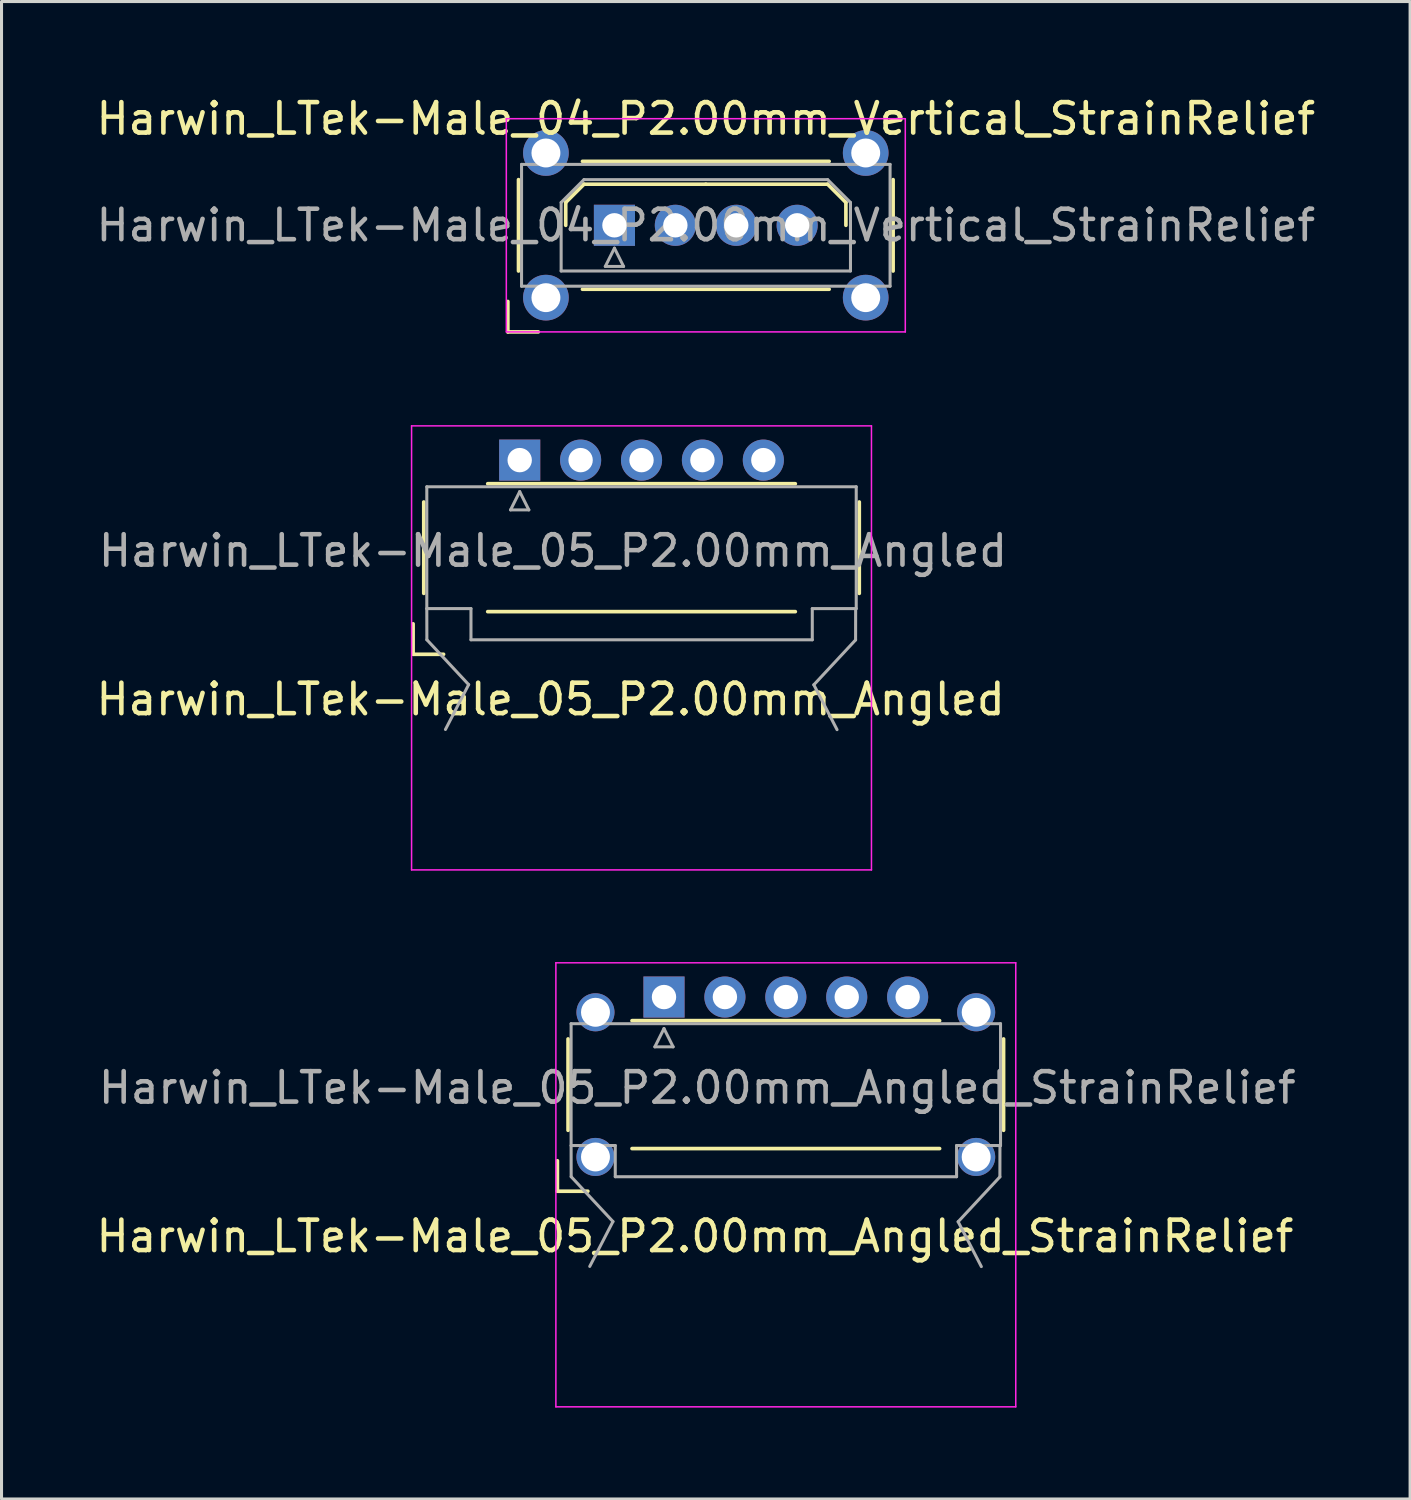
<source format=kicad_pcb>
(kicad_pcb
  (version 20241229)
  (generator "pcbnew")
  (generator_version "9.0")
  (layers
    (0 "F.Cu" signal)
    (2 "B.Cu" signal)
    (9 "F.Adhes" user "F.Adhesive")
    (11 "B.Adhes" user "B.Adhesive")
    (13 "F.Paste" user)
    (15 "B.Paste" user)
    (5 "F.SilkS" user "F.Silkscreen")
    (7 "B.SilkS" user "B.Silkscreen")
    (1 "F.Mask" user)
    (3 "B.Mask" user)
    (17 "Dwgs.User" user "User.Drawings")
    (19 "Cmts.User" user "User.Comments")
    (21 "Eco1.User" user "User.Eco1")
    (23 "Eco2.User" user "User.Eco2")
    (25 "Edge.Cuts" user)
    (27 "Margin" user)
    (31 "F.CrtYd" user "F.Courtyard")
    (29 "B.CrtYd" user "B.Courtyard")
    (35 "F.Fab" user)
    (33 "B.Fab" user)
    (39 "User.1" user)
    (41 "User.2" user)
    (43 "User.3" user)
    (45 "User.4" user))
  (footprint "Harwin_LTek-Male_04_P2.00mm_Vertical_StrainRelief"
    (layer "F.Cu")
    (at 17.125 4.348)
    (property "Reference" "Harwin_LTek-Male_04_P2.00mm_Vertical_StrainRelief" (at 3 -3.5 0) (layer "F.SilkS") (effects (font (size 1 1) (thickness 0.15))))
    (attr through_hole)
    (fp_line (start -3.5 2.5) (end -3.5 3.5) (stroke (width 0.12) (type solid)) (layer "F.SilkS"))
    (fp_line (start -3.5 3.5) (end -2.5 3.5) (stroke (width 0.12) (type solid)) (layer "F.SilkS"))
    (fp_line (start -3.15 -1.5) (end -3.15 1.5) (stroke (width 0.12) (type solid)) (layer "F.SilkS"))
    (fp_line (start -1.6 -0.75) (end -1 -1.35) (stroke (width 0.12) (type solid)) (layer "F.SilkS"))
    (fp_line (start -1.6 0) (end -1.6 -0.75) (stroke (width 0.12) (type solid)) (layer "F.SilkS"))
    (fp_line (start -1.05 -2.1) (end 7.05 -2.1) (stroke (width 0.12) (type solid)) (layer "F.SilkS"))
    (fp_line (start -1.05 2.1) (end 7.05 2.1) (stroke (width 0.12) (type solid)) (layer "F.SilkS"))
    (fp_line (start -1 -1.35) (end 3 -1.35) (stroke (width 0.12) (type solid)) (layer "F.SilkS"))
    (fp_line (start 7 -1.35) (end 3 -1.35) (stroke (width 0.12) (type solid)) (layer "F.SilkS"))
    (fp_line (start 7.6 -0.75) (end 7 -1.35) (stroke (width 0.12) (type solid)) (layer "F.SilkS"))
    (fp_line (start 7.6 0) (end 7.6 -0.75) (stroke (width 0.12) (type solid)) (layer "F.SilkS"))
    (fp_line (start 9.15 -1.5) (end 9.15 1.5) (stroke (width 0.12) (type solid)) (layer "F.SilkS"))
    (fp_line (start -3.55 -3.5) (end -3.55 3.5) (stroke (width 0.05) (type solid)) (layer "F.CrtYd"))
    (fp_line (start -3.55 3.5) (end 9.55 3.5) (stroke (width 0.05) (type solid)) (layer "F.CrtYd"))
    (fp_line (start 9.55 -3.5) (end -3.55 -3.5) (stroke (width 0.05) (type solid)) (layer "F.CrtYd"))
    (fp_line (start 9.55 3.5) (end 9.55 -3.5) (stroke (width 0.05) (type solid)) (layer "F.CrtYd"))
    (fp_line (start -3.05 -2) (end -3.05 2) (stroke (width 0.1) (type solid)) (layer "F.Fab"))
    (fp_line (start -3.05 2) (end 9.05 2) (stroke (width 0.1) (type solid)) (layer "F.Fab"))
    (fp_line (start -1.75 -0.75) (end -1 -1.5) (stroke (width 0.1) (type solid)) (layer "F.Fab"))
    (fp_line (start -1.75 1.5) (end -1.75 -0.75) (stroke (width 0.1) (type solid)) (layer "F.Fab"))
    (fp_line (start -1 -1.5) (end 7 -1.5) (stroke (width 0.1) (type solid)) (layer "F.Fab"))
    (fp_line (start -0.3 1.35) (end 0.3 1.35) (stroke (width 0.1) (type solid)) (layer "F.Fab"))
    (fp_line (start 0 0.75) (end -0.3 1.35) (stroke (width 0.1) (type solid)) (layer "F.Fab"))
    (fp_line (start 0.3 1.35) (end 0 0.75) (stroke (width 0.1) (type solid)) (layer "F.Fab"))
    (fp_line (start 7 -1.5) (end 7.75 -0.75) (stroke (width 0.1) (type solid)) (layer "F.Fab"))
    (fp_line (start 7.75 -0.75) (end 7.75 1.5) (stroke (width 0.1) (type solid)) (layer "F.Fab"))
    (fp_line (start 7.75 1.5) (end -1.75 1.5) (stroke (width 0.1) (type solid)) (layer "F.Fab"))
    (fp_line (start 9.05 -2) (end -3.05 -2) (stroke (width 0.1) (type solid)) (layer "F.Fab"))
    (fp_line (start 9.05 2) (end 9.05 -2) (stroke (width 0.1) (type solid)) (layer "F.Fab"))
    (fp_text user "${REFERENCE}" (at 3 0 0) (layer "F.Fab") (effects (font (size 1 1) (thickness 0.15))))
    (pad "" thru_hole circle (at -2.25 -2.375) (size 1.5 1.5) (drill 0.95) (layers "*.Cu" "*.Mask"))
    (pad "" thru_hole circle (at -2.25 2.375) (size 1.5 1.5) (drill 0.95) (layers "*.Cu" "*.Mask"))
    (pad "" thru_hole circle (at 8.25 -2.375) (size 1.5 1.5) (drill 0.95) (layers "*.Cu" "*.Mask"))
    (pad "" thru_hole circle (at 8.25 2.375) (size 1.5 1.5) (drill 0.95) (layers "*.Cu" "*.Mask"))
    (pad "1" thru_hole rect (at 0 0) (size 1.35 1.35) (drill 0.8) (layers "*.Cu" "*.Mask"))
    (pad "2" thru_hole circle (at 2 0) (size 1.35 1.35) (drill 0.8) (layers "*.Cu" "*.Mask"))
    (pad "3" thru_hole circle (at 4 0) (size 1.35 1.35) (drill 0.8) (layers "*.Cu" "*.Mask"))
    (pad "4" thru_hole circle (at 6 0) (size 1.35 1.35) (drill 0.8) (layers "*.Cu" "*.Mask")))
  (footprint "Harwin_LTek-Male_05_P2.00mm_Angled"
    (layer "F.Cu")
    (at 14.014 14.933)
    (property "Reference" "Harwin_LTek-Male_05_P2.00mm_Angled" (at 1.016 4.978 180) (layer "F.SilkS") (effects (font (size 1 1) (thickness 0.15))))
    (attr through_hole)
    (fp_line (start -3.5 2.5) (end -3.5 3.5) (stroke (width 0.12) (type solid)) (layer "F.SilkS"))
    (fp_line (start -3.5 3.5) (end -2.5 3.5) (stroke (width 0.12) (type solid)) (layer "F.SilkS"))
    (fp_line (start -3.15 -1.5) (end -3.15 1.5) (stroke (width 0.12) (type solid)) (layer "F.SilkS"))
    (fp_line (start -1.05 -2.1) (end 9.05 -2.1) (stroke (width 0.12) (type solid)) (layer "F.SilkS"))
    (fp_line (start -1.05 2.1) (end 9.05 2.1) (stroke (width 0.12) (type solid)) (layer "F.SilkS"))
    (fp_line (start 11.15 -1.5) (end 11.15 1.5) (stroke (width 0.12) (type solid)) (layer "F.SilkS"))
    (fp_line (start -3.55 -4) (end -3.55 10.58) (stroke (width 0.05) (type solid)) (layer "F.CrtYd"))
    (fp_line (start -3.55 10.58) (end 11.55 10.58) (stroke (width 0.05) (type solid)) (layer "F.CrtYd"))
    (fp_line (start 11.55 -4) (end -3.55 -4) (stroke (width 0.05) (type solid)) (layer "F.CrtYd"))
    (fp_line (start 11.55 10.58) (end 11.55 -4) (stroke (width 0.05) (type solid)) (layer "F.CrtYd"))
    (fp_line (start -3.05 -2) (end -3.05 2) (stroke (width 0.1) (type solid)) (layer "F.Fab"))
    (fp_line (start -3.048 3.023) (end -3.05 2) (stroke (width 0.1) (type solid)) (layer "F.Fab"))
    (fp_line (start -3.043 2) (end -1.6 2) (stroke (width 0.1) (type solid)) (layer "F.Fab"))
    (fp_line (start -1.676 4.496) (end -3.048 3.023) (stroke (width 0.1) (type solid)) (layer "F.Fab"))
    (fp_line (start -1.676 4.496) (end -2.438 5.969) (stroke (width 0.1) (type solid)) (layer "F.Fab"))
    (fp_line (start -1.6 2) (end -1.6 3.023) (stroke (width 0.1) (type solid)) (layer "F.Fab"))
    (fp_line (start -1.6 3.025) (end 9.607 3.025) (stroke (width 0.1) (type solid)) (layer "F.Fab"))
    (fp_line (start -0.3 -1.241) (end 0.3 -1.241) (stroke (width 0.1) (type solid)) (layer "F.Fab"))
    (fp_line (start 0 -1.841) (end -0.3 -1.241) (stroke (width 0.1) (type solid)) (layer "F.Fab"))
    (fp_line (start 0.3 -1.241) (end 0 -1.841) (stroke (width 0.1) (type solid)) (layer "F.Fab"))
    (fp_line (start 9.607 2) (end 11.05 2) (stroke (width 0.1) (type solid)) (layer "F.Fab"))
    (fp_line (start 9.607 3.023) (end 9.607 2) (stroke (width 0.1) (type solid)) (layer "F.Fab"))
    (fp_line (start 9.658 4.502) (end 10.42 5.975) (stroke (width 0.1) (type solid)) (layer "F.Fab"))
    (fp_line (start 9.658 4.502) (end 11.029 3.029) (stroke (width 0.1) (type solid)) (layer "F.Fab"))
    (fp_line (start 11.029 3.029) (end 11.031 2.006) (stroke (width 0.1) (type solid)) (layer "F.Fab"))
    (fp_line (start 11.05 -2) (end -3.05 -2) (stroke (width 0.1) (type solid)) (layer "F.Fab"))
    (fp_line (start 11.05 2) (end 11.05 -2) (stroke (width 0.1) (type solid)) (layer "F.Fab"))
    (fp_text user "${REFERENCE}" (at 1.092 0.102 0) (layer "F.Fab") (effects (font (size 1 1) (thickness 0.15))))
    (pad "1" thru_hole rect (at 0 -2.875) (size 1.35 1.35) (drill 0.8) (layers "*.Cu" "*.Mask"))
    (pad "2" thru_hole circle (at 2 -2.875) (size 1.35 1.35) (drill 0.8) (layers "*.Cu" "*.Mask"))
    (pad "3" thru_hole circle (at 4 -2.875) (size 1.35 1.35) (drill 0.8) (layers "*.Cu" "*.Mask"))
    (pad "4" thru_hole circle (at 6 -2.875) (size 1.35 1.35) (drill 0.8) (layers "*.Cu" "*.Mask"))
    (pad "5" thru_hole circle (at 8 -2.875) (size 1.35 1.35) (drill 0.8) (layers "*.Cu" "*.Mask")))
  (footprint "Harwin_LTek-Male_05_P2.00mm_Angled_StrainRelief"
    (layer "F.Cu")
    (at 18.752 32.563)
    (property "Reference" "Harwin_LTek-Male_05_P2.00mm_Angled_StrainRelief" (at 1.016 4.978 180) (layer "F.SilkS") (effects (font (size 1 1) (thickness 0.15))))
    (attr through_hole)
    (fp_line (start -3.5 2.5) (end -3.5 3.5) (stroke (width 0.12) (type solid)) (layer "F.SilkS"))
    (fp_line (start -3.5 3.5) (end -2.5 3.5) (stroke (width 0.12) (type solid)) (layer "F.SilkS"))
    (fp_line (start -3.15 -1.5) (end -3.15 1.5) (stroke (width 0.12) (type solid)) (layer "F.SilkS"))
    (fp_line (start -1.05 -2.1) (end 9.05 -2.1) (stroke (width 0.12) (type solid)) (layer "F.SilkS"))
    (fp_line (start -1.05 2.1) (end 9.05 2.1) (stroke (width 0.12) (type solid)) (layer "F.SilkS"))
    (fp_line (start 11.15 -1.5) (end 11.15 1.5) (stroke (width 0.12) (type solid)) (layer "F.SilkS"))
    (fp_line (start -3.55 -4) (end -3.55 10.58) (stroke (width 0.05) (type solid)) (layer "F.CrtYd"))
    (fp_line (start -3.55 10.58) (end 11.55 10.58) (stroke (width 0.05) (type solid)) (layer "F.CrtYd"))
    (fp_line (start 11.55 -4) (end -3.55 -4) (stroke (width 0.05) (type solid)) (layer "F.CrtYd"))
    (fp_line (start 11.55 10.58) (end 11.55 -4) (stroke (width 0.05) (type solid)) (layer "F.CrtYd"))
    (fp_line (start -3.05 -2) (end -3.05 2) (stroke (width 0.1) (type solid)) (layer "F.Fab"))
    (fp_line (start -3.048 3.023) (end -3.05 2) (stroke (width 0.1) (type solid)) (layer "F.Fab"))
    (fp_line (start -3.043 2) (end -1.6 2) (stroke (width 0.1) (type solid)) (layer "F.Fab"))
    (fp_line (start -1.676 4.496) (end -3.048 3.023) (stroke (width 0.1) (type solid)) (layer "F.Fab"))
    (fp_line (start -1.676 4.496) (end -2.438 5.969) (stroke (width 0.1) (type solid)) (layer "F.Fab"))
    (fp_line (start -1.6 2) (end -1.6 3.023) (stroke (width 0.1) (type solid)) (layer "F.Fab"))
    (fp_line (start -1.6 3.025) (end 9.607 3.025) (stroke (width 0.1) (type solid)) (layer "F.Fab"))
    (fp_line (start -0.3 -1.241) (end 0.3 -1.241) (stroke (width 0.1) (type solid)) (layer "F.Fab"))
    (fp_line (start 0 -1.841) (end -0.3 -1.241) (stroke (width 0.1) (type solid)) (layer "F.Fab"))
    (fp_line (start 0.3 -1.241) (end 0 -1.841) (stroke (width 0.1) (type solid)) (layer "F.Fab"))
    (fp_line (start 9.607 2) (end 11.05 2) (stroke (width 0.1) (type solid)) (layer "F.Fab"))
    (fp_line (start 9.607 3.023) (end 9.607 2) (stroke (width 0.1) (type solid)) (layer "F.Fab"))
    (fp_line (start 9.658 4.502) (end 10.42 5.975) (stroke (width 0.1) (type solid)) (layer "F.Fab"))
    (fp_line (start 9.658 4.502) (end 11.029 3.029) (stroke (width 0.1) (type solid)) (layer "F.Fab"))
    (fp_line (start 11.029 3.029) (end 11.031 2.006) (stroke (width 0.1) (type solid)) (layer "F.Fab"))
    (fp_line (start 11.05 -2) (end -3.05 -2) (stroke (width 0.1) (type solid)) (layer "F.Fab"))
    (fp_line (start 11.05 2) (end 11.05 -2) (stroke (width 0.1) (type solid)) (layer "F.Fab"))
    (fp_text user "${REFERENCE}" (at 1.092 0.102 0) (layer "F.Fab") (effects (font (size 1 1) (thickness 0.15))))
    (pad "" thru_hole circle (at -2.25 -2.375) (size 1.25 1.25) (drill 0.95) (layers "*.Cu" "*.Mask"))
    (pad "" thru_hole circle (at -2.25 2.375) (size 1.25 1.25) (drill 0.95) (layers "*.Cu" "*.Mask"))
    (pad "" thru_hole circle (at 10.25 -2.375) (size 1.25 1.25) (drill 0.95) (layers "*.Cu" "*.Mask"))
    (pad "" thru_hole circle (at 10.25 2.375) (size 1.25 1.25) (drill 0.95) (layers "*.Cu" "*.Mask"))
    (pad "1" thru_hole rect (at 0 -2.875) (size 1.35 1.35) (drill 0.8) (layers "*.Cu" "*.Mask"))
    (pad "2" thru_hole circle (at 2 -2.875) (size 1.35 1.35) (drill 0.8) (layers "*.Cu" "*.Mask"))
    (pad "3" thru_hole circle (at 4 -2.875) (size 1.35 1.35) (drill 0.8) (layers "*.Cu" "*.Mask"))
    (pad "4" thru_hole circle (at 6 -2.875) (size 1.35 1.35) (drill 0.8) (layers "*.Cu" "*.Mask"))
    (pad "5" thru_hole circle (at 8 -2.875) (size 1.35 1.35) (drill 0.8) (layers "*.Cu" "*.Mask")))
  (gr_rect
    (start -3 -3)
    (end 43.25 46.168)
    (stroke (width 0.1) (type default))
    (fill no)
    (layer "Edge.Cuts")))
</source>
